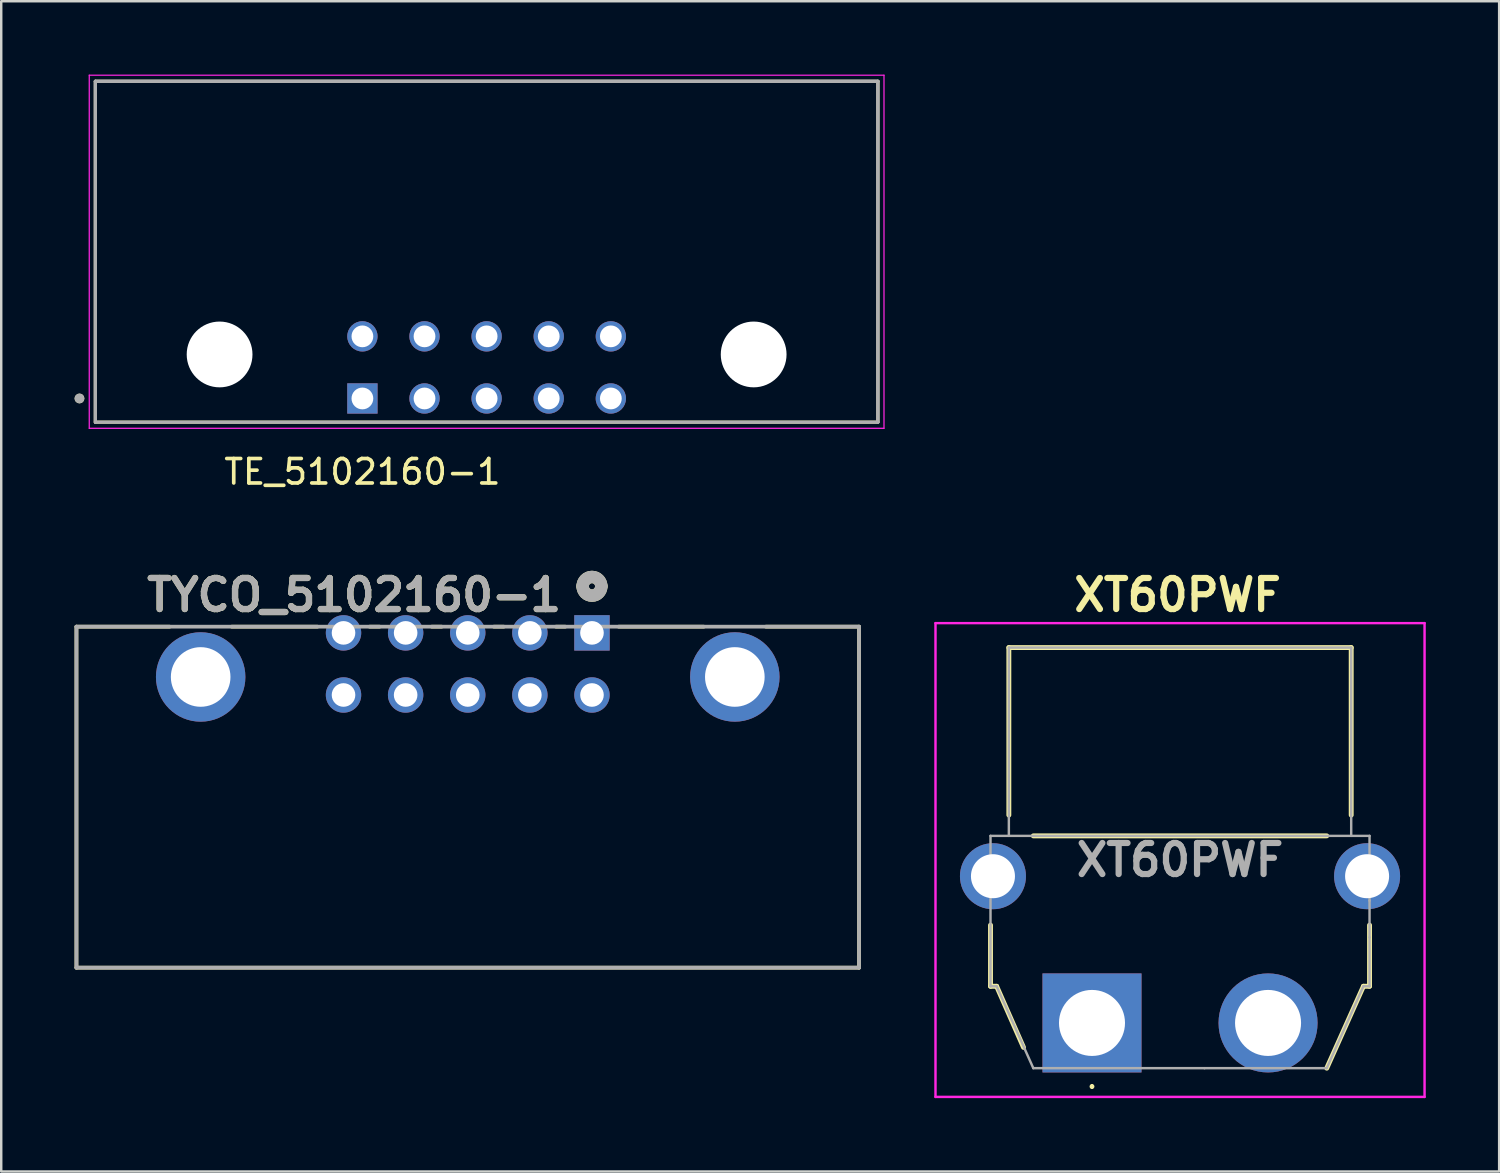
<source format=kicad_pcb>
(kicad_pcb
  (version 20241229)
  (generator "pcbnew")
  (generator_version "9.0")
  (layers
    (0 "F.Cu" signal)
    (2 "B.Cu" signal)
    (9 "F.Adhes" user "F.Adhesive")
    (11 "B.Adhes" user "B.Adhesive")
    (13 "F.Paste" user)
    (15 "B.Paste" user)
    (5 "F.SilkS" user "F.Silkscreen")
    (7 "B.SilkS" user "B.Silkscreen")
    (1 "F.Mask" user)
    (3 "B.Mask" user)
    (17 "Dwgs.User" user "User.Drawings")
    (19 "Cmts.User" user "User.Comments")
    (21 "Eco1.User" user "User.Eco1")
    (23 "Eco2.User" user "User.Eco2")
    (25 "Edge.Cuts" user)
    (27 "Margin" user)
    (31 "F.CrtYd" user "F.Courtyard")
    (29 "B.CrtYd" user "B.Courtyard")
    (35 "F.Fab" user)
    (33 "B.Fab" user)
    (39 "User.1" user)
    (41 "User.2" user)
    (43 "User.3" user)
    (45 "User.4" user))
  (footprint "TYCO_5102160-1"
    (layer "F.Cu")
    (at 10.998 25.371)
    (property "Reference" "TYCO_5102160-1" (at 0.432 -4.089 0) (layer "F.SilkS") (effects (font (size 1.27 1.27) (thickness 0.254))))
    (attr through_hole)
    (fp_line (start -10.922 -2.794) (end -10.922 11.151) (stroke (width 0.152) (type solid)) (layer "F.SilkS"))
    (fp_line (start -10.922 11.151) (end 21.082 11.151) (stroke (width 0.152) (type solid)) (layer "F.SilkS"))
    (fp_line (start -7.112 -2.794) (end -10.922 -2.794) (stroke (width 0.152) (type solid)) (layer "F.SilkS"))
    (fp_line (start -1.067 -2.794) (end -4.572 -2.794) (stroke (width 0.152) (type solid)) (layer "F.SilkS"))
    (fp_line (start 1.473 -2.794) (end 1.067 -2.794) (stroke (width 0.152) (type solid)) (layer "F.SilkS"))
    (fp_line (start 4.013 -2.794) (end 3.607 -2.794) (stroke (width 0.152) (type solid)) (layer "F.SilkS"))
    (fp_line (start 6.553 -2.794) (end 6.147 -2.794) (stroke (width 0.152) (type solid)) (layer "F.SilkS"))
    (fp_line (start 9.068 -2.794) (end 8.687 -2.794) (stroke (width 0.152) (type solid)) (layer "F.SilkS"))
    (fp_line (start 14.732 -2.794) (end 11.252 -2.794) (stroke (width 0.152) (type solid)) (layer "F.SilkS"))
    (fp_line (start 21.082 -2.794) (end 17.272 -2.794) (stroke (width 0.152) (type solid)) (layer "F.SilkS"))
    (fp_line (start 21.082 11.151) (end 21.082 -2.794) (stroke (width 0.152) (type solid)) (layer "F.SilkS"))
    (fp_arc (start 9.779 -4.445) (mid 10.16 -4.826) (end 10.541 -4.445) (stroke (width 0.508) (type solid)) (layer "F.SilkS"))
    (fp_arc (start 10.541 -4.445) (mid 10.16 -4.064) (end 9.779 -4.445) (stroke (width 0.508) (type solid)) (layer "F.SilkS"))
    (fp_line (start -10.922 -2.794) (end -10.922 11.151) (stroke (width 0.152) (type solid)) (layer "F.Fab"))
    (fp_line (start -10.922 11.151) (end 21.082 11.151) (stroke (width 0.152) (type solid)) (layer "F.Fab"))
    (fp_line (start 21.082 -2.794) (end -10.922 -2.794) (stroke (width 0.152) (type solid)) (layer "F.Fab"))
    (fp_line (start 21.082 11.151) (end 21.082 -2.794) (stroke (width 0.152) (type solid)) (layer "F.Fab"))
    (fp_arc (start 9.779 -4.445) (mid 10.16 -4.826) (end 10.541 -4.445) (stroke (width 0.508) (type solid)) (layer "F.Fab"))
    (fp_arc (start 10.541 -4.445) (mid 10.16 -4.064) (end 9.779 -4.445) (stroke (width 0.508) (type solid)) (layer "F.Fab"))
    (fp_text user "${REFERENCE}" (at 0.432 -4.089 0) (layer "F.Fab") (effects (font (size 1.27 1.27) (thickness 0.254))))
    (pad "1" thru_hole rect (at 10.16 -2.54) (size 1.448 1.448) (drill 0.965) (layers "*.Cu" "*.Mask"))
    (pad "2" thru_hole circle (at 10.16 0) (size 1.448 1.448) (drill 0.965) (layers "*.Cu" "*.Mask"))
    (pad "3" thru_hole circle (at 7.62 -2.54) (size 1.448 1.448) (drill 0.965) (layers "*.Cu" "*.Mask"))
    (pad "4" thru_hole circle (at 7.62 0) (size 1.448 1.448) (drill 0.965) (layers "*.Cu" "*.Mask"))
    (pad "5" thru_hole circle (at 5.08 -2.54) (size 1.448 1.448) (drill 0.965) (layers "*.Cu" "*.Mask"))
    (pad "6" thru_hole circle (at 5.08 0) (size 1.448 1.448) (drill 0.965) (layers "*.Cu" "*.Mask"))
    (pad "7" thru_hole circle (at 2.54 -2.54) (size 1.448 1.448) (drill 0.965) (layers "*.Cu" "*.Mask"))
    (pad "8" thru_hole circle (at 2.54 0) (size 1.448 1.448) (drill 0.965) (layers "*.Cu" "*.Mask"))
    (pad "9" thru_hole circle (at 0 -2.54) (size 1.448 1.448) (drill 0.965) (layers "*.Cu" "*.Mask"))
    (pad "10" thru_hole circle (at 0 0) (size 1.448 1.448) (drill 0.965) (layers "*.Cu" "*.Mask"))
    (pad "11" thru_hole circle (at -5.842 -0.737) (size 3.658 3.658) (drill 2.438) (layers "*.Cu" "*.Mask"))
    (pad "12" thru_hole circle (at 16.002 -0.737) (size 3.658 3.658) (drill 2.438) (layers "*.Cu" "*.Mask")))
  (footprint "XT60PWF"
    (layer "F.Cu")
    (at 41.606 38.782)
    (property "Reference" "XT60PWF" (at 3.5 -17.5 0) (layer "F.SilkS") (effects (font (size 1.27 1.27) (thickness 0.254))))
    (attr through_hole)
    (fp_line (start -4.15 -4) (end -4.15 -1.5) (stroke (width 0.2) (type solid)) (layer "F.SilkS"))
    (fp_line (start -4.15 -1.5) (end -3.9 -1.5) (stroke (width 0.2) (type solid)) (layer "F.SilkS"))
    (fp_line (start -3.9 -1.5) (end -2.8 1) (stroke (width 0.2) (type solid)) (layer "F.SilkS"))
    (fp_line (start -3.4 -15.35) (end -3.4 -8.5) (stroke (width 0.2) (type solid)) (layer "F.SilkS"))
    (fp_line (start 0 2.55) (end 0 2.55) (stroke (width 0.1) (type solid)) (layer "F.SilkS"))
    (fp_line (start 0 2.65) (end 0 2.65) (stroke (width 0.1) (type solid)) (layer "F.SilkS"))
    (fp_line (start 9.6 -7.65) (end -2.4 -7.65) (stroke (width 0.2) (type solid)) (layer "F.SilkS"))
    (fp_line (start 10.6 -15.35) (end -3.4 -15.35) (stroke (width 0.2) (type solid)) (layer "F.SilkS"))
    (fp_line (start 10.6 -8.5) (end 10.6 -15.35) (stroke (width 0.2) (type solid)) (layer "F.SilkS"))
    (fp_line (start 11.1 -1.5) (end 9.6 1.85) (stroke (width 0.2) (type solid)) (layer "F.SilkS"))
    (fp_line (start 11.35 -4) (end 11.35 -1.5) (stroke (width 0.2) (type solid)) (layer "F.SilkS"))
    (fp_line (start 11.35 -1.5) (end 11.1 -1.5) (stroke (width 0.2) (type solid)) (layer "F.SilkS"))
    (fp_arc (start 0 2.55) (mid 0.05 2.6) (end 0 2.65) (stroke (width 0.1) (type solid)) (layer "F.SilkS"))
    (fp_arc (start 0 2.65) (mid -0.05 2.6) (end 0 2.55) (stroke (width 0.1) (type solid)) (layer "F.SilkS"))
    (fp_line (start -6.4 -16.35) (end -6.4 3.025) (stroke (width 0.1) (type solid)) (layer "F.CrtYd"))
    (fp_line (start -6.4 3.025) (end 13.6 3.025) (stroke (width 0.1) (type solid)) (layer "F.CrtYd"))
    (fp_line (start 13.6 -16.35) (end -6.4 -16.35) (stroke (width 0.1) (type solid)) (layer "F.CrtYd"))
    (fp_line (start 13.6 3.025) (end 13.6 -16.35) (stroke (width 0.1) (type solid)) (layer "F.CrtYd"))
    (fp_line (start -4.15 -7.65) (end -4.15 -1.5) (stroke (width 0.1) (type solid)) (layer "F.Fab"))
    (fp_line (start -4.15 -1.5) (end -3.9 -1.5) (stroke (width 0.1) (type solid)) (layer "F.Fab"))
    (fp_line (start -3.9 -1.5) (end -2.4 1.85) (stroke (width 0.1) (type solid)) (layer "F.Fab"))
    (fp_line (start -3.4 -15.35) (end -3.4 -7.65) (stroke (width 0.1) (type solid)) (layer "F.Fab"))
    (fp_line (start -2.4 1.85) (end 4.6 1.85) (stroke (width 0.1) (type solid)) (layer "F.Fab"))
    (fp_line (start 4.6 1.85) (end 9.6 1.85) (stroke (width 0.1) (type solid)) (layer "F.Fab"))
    (fp_line (start 9.6 1.85) (end 11.1 -1.5) (stroke (width 0.1) (type solid)) (layer "F.Fab"))
    (fp_line (start 10.6 -15.35) (end -3.4 -15.35) (stroke (width 0.1) (type solid)) (layer "F.Fab"))
    (fp_line (start 10.6 -7.65) (end 10.6 -15.35) (stroke (width 0.1) (type solid)) (layer "F.Fab"))
    (fp_line (start 11.1 -1.5) (end 11.35 -1.5) (stroke (width 0.1) (type solid)) (layer "F.Fab"))
    (fp_line (start 11.35 -7.65) (end -4.15 -7.65) (stroke (width 0.1) (type solid)) (layer "F.Fab"))
    (fp_line (start 11.35 -5) (end 11.35 -7.65) (stroke (width 0.1) (type solid)) (layer "F.Fab"))
    (fp_line (start 11.35 -3.5) (end 11.35 -5) (stroke (width 0.1) (type solid)) (layer "F.Fab"))
    (fp_line (start 11.35 -1.5) (end 11.35 -3.5) (stroke (width 0.1) (type solid)) (layer "F.Fab"))
    (fp_text user "${REFERENCE}" (at 3.6 -6.663 0) (layer "F.Fab") (effects (font (size 1.27 1.27) (thickness 0.254))))
    (pad "1" thru_hole rect (at 0 0) (size 4.05 4.05) (drill 2.7) (layers "*.Cu" "*.Mask"))
    (pad "2" thru_hole circle (at 7.2 0) (size 4.05 4.05) (drill 2.7) (layers "*.Cu" "*.Mask"))
    (pad "3" thru_hole circle (at -4.05 -6) (size 2.7 2.7) (drill 1.8) (layers "*.Cu" "*.Mask"))
    (pad "4" thru_hole circle (at 11.25 -6) (size 2.7 2.7) (drill 1.8) (layers "*.Cu" "*.Mask")))
  (footprint "TE_5102160-1"
    (layer "F.Cu")
    (at 11.77 13.245)
    (property "Reference" "TE_5102160-1" (at 0 3 0) (layer "F.SilkS") (effects (font (size 1 1) (thickness 0.15))))
    (attr through_hole)
    (fp_line (start -10.92 0.97) (end -10.92 -12.97) (stroke (width 0.127) (type solid)) (layer "F.SilkS"))
    (fp_line (start 21.08 -12.97) (end -10.92 -12.97) (stroke (width 0.127) (type solid)) (layer "F.SilkS"))
    (fp_line (start 21.08 -12.97) (end 21.08 0.97) (stroke (width 0.127) (type solid)) (layer "F.SilkS"))
    (fp_line (start 21.08 0.97) (end -10.92 0.97) (stroke (width 0.127) (type solid)) (layer "F.SilkS"))
    (fp_circle (center -11.57 0) (end -11.47 0) (stroke (width 0.2) (type solid)) (fill no) (layer "F.SilkS"))
    (fp_line (start -11.17 -13.22) (end 21.33 -13.22) (stroke (width 0.05) (type solid)) (layer "F.CrtYd"))
    (fp_line (start -11.17 1.22) (end -11.17 -13.22) (stroke (width 0.05) (type solid)) (layer "F.CrtYd"))
    (fp_line (start 21.33 -13.22) (end 21.33 1.22) (stroke (width 0.05) (type solid)) (layer "F.CrtYd"))
    (fp_line (start 21.33 1.22) (end -11.17 1.22) (stroke (width 0.05) (type solid)) (layer "F.CrtYd"))
    (fp_line (start -10.92 -12.97) (end 21.08 -12.97) (stroke (width 0.127) (type solid)) (layer "F.Fab"))
    (fp_line (start -10.92 -12.97) (end 21.08 -12.97) (stroke (width 0.127) (type solid)) (layer "F.Fab"))
    (fp_line (start -10.92 0.97) (end -10.92 -12.97) (stroke (width 0.127) (type solid)) (layer "F.Fab"))
    (fp_line (start -10.92 0.97) (end -10.92 -12.97) (stroke (width 0.127) (type solid)) (layer "F.Fab"))
    (fp_line (start 21.08 -12.97) (end 21.08 0.97) (stroke (width 0.127) (type solid)) (layer "F.Fab"))
    (fp_line (start 21.08 -12.97) (end 21.08 0.97) (stroke (width 0.127) (type solid)) (layer "F.Fab"))
    (fp_line (start 21.08 0.97) (end -10.92 0.97) (stroke (width 0.127) (type solid)) (layer "F.Fab"))
    (fp_circle (center -11.57 0) (end -11.47 0) (stroke (width 0.2) (type solid)) (fill no) (layer "F.Fab"))
    (pad "" np_thru_hole circle (at -5.84 -1.8) (size 2.69 2.69) (drill 2.69) (layers "*.Cu" "*.Mask"))
    (pad "" np_thru_hole circle (at 16 -1.8) (size 2.69 2.69) (drill 2.69) (layers "*.Cu" "*.Mask"))
    (pad "1" thru_hole rect (at 0 0) (size 1.24 1.24) (drill 0.89) (layers "*.Cu" "*.Mask"))
    (pad "2" thru_hole circle (at 0 -2.54) (size 1.24 1.24) (drill 0.89) (layers "*.Cu" "*.Mask"))
    (pad "3" thru_hole circle (at 2.54 0) (size 1.24 1.24) (drill 0.89) (layers "*.Cu" "*.Mask"))
    (pad "4" thru_hole circle (at 2.54 -2.54) (size 1.24 1.24) (drill 0.89) (layers "*.Cu" "*.Mask"))
    (pad "5" thru_hole circle (at 5.08 0) (size 1.24 1.24) (drill 0.89) (layers "*.Cu" "*.Mask"))
    (pad "6" thru_hole circle (at 5.08 -2.54) (size 1.24 1.24) (drill 0.89) (layers "*.Cu" "*.Mask"))
    (pad "7" thru_hole circle (at 7.62 0) (size 1.24 1.24) (drill 0.89) (layers "*.Cu" "*.Mask"))
    (pad "8" thru_hole circle (at 7.62 -2.54) (size 1.24 1.24) (drill 0.89) (layers "*.Cu" "*.Mask"))
    (pad "9" thru_hole circle (at 10.16 0) (size 1.24 1.24) (drill 0.89) (layers "*.Cu" "*.Mask"))
    (pad "10" thru_hole circle (at 10.16 -2.54) (size 1.24 1.24) (drill 0.89) (layers "*.Cu" "*.Mask")))
  (gr_rect
    (start -3 -3)
    (end 58.256 44.857)
    (stroke (width 0.1) (type default))
    (fill no)
    (layer "Edge.Cuts")))
</source>
